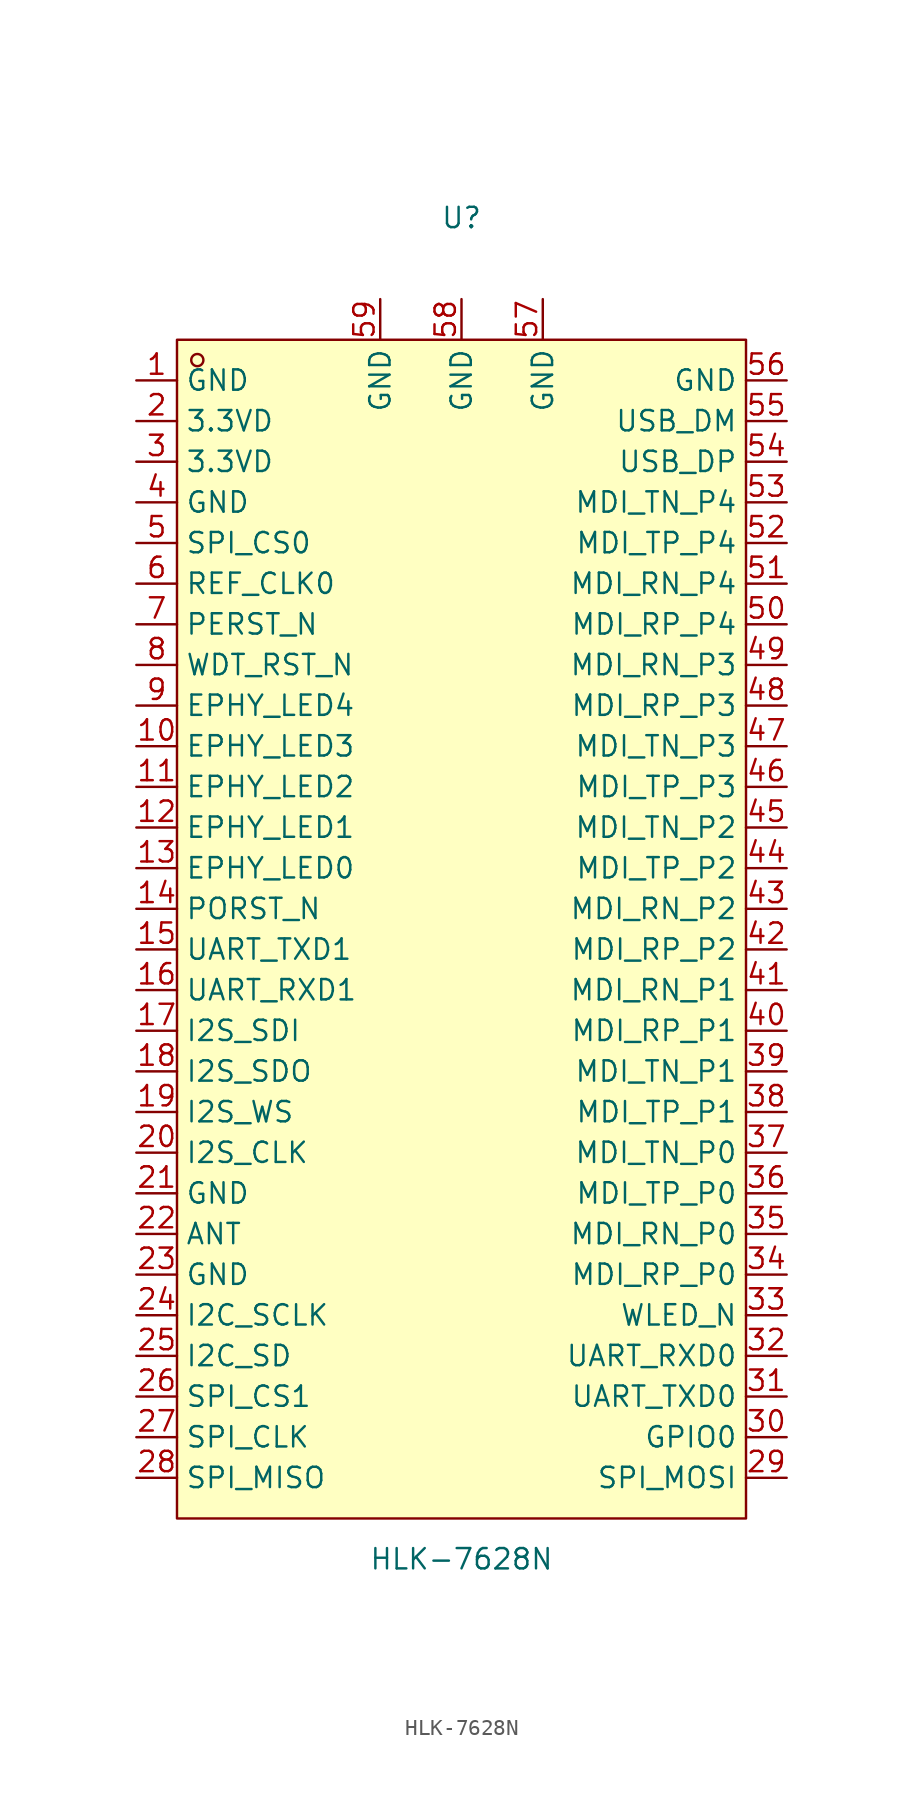
<source format=kicad_sym>
(kicad_symbol_lib
  (version 20211014)
  (generator https://github.com/uPesy/easyeda2kicad.py)
  (symbol "HLK-7628N"
    (property "Reference" "U"
      (at 0 44.45 0)
      (effects (font (size 1.27 1.27))))
    (property "Value" "HLK-7628N"
      (at 0 -39.37 0)
      (effects (font (size 1.27 1.27))))
    (symbol "HLK-7628N_0_1"
      (rectangle (start -17.78 36.83) (end 17.78 -36.83) (stroke (width 0) (type default) (color 0 0 0 0)) (fill (type background)))
      (circle (center -16.51 35.56) (radius 0.38) (stroke (width 0) (type default) (color 0 0 0 0)) (fill (type none)))
      (pin unspecified line (at -20.32 34.29 0) (length 2.54) (name "GND" (effects (font (size 1.27 1.27)))) (number "1" (effects (font (size 1.27 1.27)))))
      (pin unspecified line (at -20.32 31.75 0) (length 2.54) (name "3.3VD" (effects (font (size 1.27 1.27)))) (number "2" (effects (font (size 1.27 1.27)))))
      (pin unspecified line (at -20.32 29.21 0) (length 2.54) (name "3.3VD" (effects (font (size 1.27 1.27)))) (number "3" (effects (font (size 1.27 1.27)))))
      (pin unspecified line (at -20.32 26.67 0) (length 2.54) (name "GND" (effects (font (size 1.27 1.27)))) (number "4" (effects (font (size 1.27 1.27)))))
      (pin unspecified line (at -20.32 24.13 0) (length 2.54) (name "SPI_CS0" (effects (font (size 1.27 1.27)))) (number "5" (effects (font (size 1.27 1.27)))))
      (pin unspecified line (at -20.32 21.59 0) (length 2.54) (name "REF_CLK0" (effects (font (size 1.27 1.27)))) (number "6" (effects (font (size 1.27 1.27)))))
      (pin unspecified line (at -20.32 19.05 0) (length 2.54) (name "PERST_N" (effects (font (size 1.27 1.27)))) (number "7" (effects (font (size 1.27 1.27)))))
      (pin unspecified line (at -20.32 16.51 0) (length 2.54) (name "WDT_RST_N" (effects (font (size 1.27 1.27)))) (number "8" (effects (font (size 1.27 1.27)))))
      (pin unspecified line (at -20.32 13.97 0) (length 2.54) (name "EPHY_LED4" (effects (font (size 1.27 1.27)))) (number "9" (effects (font (size 1.27 1.27)))))
      (pin unspecified line (at -20.32 11.43 0) (length 2.54) (name "EPHY_LED3" (effects (font (size 1.27 1.27)))) (number "10" (effects (font (size 1.27 1.27)))))
      (pin unspecified line (at -20.32 8.89 0) (length 2.54) (name "EPHY_LED2" (effects (font (size 1.27 1.27)))) (number "11" (effects (font (size 1.27 1.27)))))
      (pin unspecified line (at -20.32 6.35 0) (length 2.54) (name "EPHY_LED1" (effects (font (size 1.27 1.27)))) (number "12" (effects (font (size 1.27 1.27)))))
      (pin unspecified line (at -20.32 3.81 0) (length 2.54) (name "EPHY_LED0" (effects (font (size 1.27 1.27)))) (number "13" (effects (font (size 1.27 1.27)))))
      (pin unspecified line (at -20.32 1.27 0) (length 2.54) (name "PORST_N" (effects (font (size 1.27 1.27)))) (number "14" (effects (font (size 1.27 1.27)))))
      (pin unspecified line (at -20.32 -1.27 0) (length 2.54) (name "UART_TXD1" (effects (font (size 1.27 1.27)))) (number "15" (effects (font (size 1.27 1.27)))))
      (pin unspecified line (at -20.32 -3.81 0) (length 2.54) (name "UART_RXD1" (effects (font (size 1.27 1.27)))) (number "16" (effects (font (size 1.27 1.27)))))
      (pin unspecified line (at -20.32 -6.35 0) (length 2.54) (name "I2S_SDI" (effects (font (size 1.27 1.27)))) (number "17" (effects (font (size 1.27 1.27)))))
      (pin unspecified line (at -20.32 -8.89 0) (length 2.54) (name "I2S_SDO" (effects (font (size 1.27 1.27)))) (number "18" (effects (font (size 1.27 1.27)))))
      (pin unspecified line (at -20.32 -11.43 0) (length 2.54) (name "I2S_WS" (effects (font (size 1.27 1.27)))) (number "19" (effects (font (size 1.27 1.27)))))
      (pin unspecified line (at -20.32 -13.97 0) (length 2.54) (name "I2S_CLK" (effects (font (size 1.27 1.27)))) (number "20" (effects (font (size 1.27 1.27)))))
      (pin unspecified line (at -20.32 -16.51 0) (length 2.54) (name "GND" (effects (font (size 1.27 1.27)))) (number "21" (effects (font (size 1.27 1.27)))))
      (pin unspecified line (at -20.32 -19.05 0) (length 2.54) (name "ANT" (effects (font (size 1.27 1.27)))) (number "22" (effects (font (size 1.27 1.27)))))
      (pin unspecified line (at -20.32 -21.59 0) (length 2.54) (name "GND" (effects (font (size 1.27 1.27)))) (number "23" (effects (font (size 1.27 1.27)))))
      (pin unspecified line (at -20.32 -24.13 0) (length 2.54) (name "I2C_SCLK" (effects (font (size 1.27 1.27)))) (number "24" (effects (font (size 1.27 1.27)))))
      (pin unspecified line (at -20.32 -26.67 0) (length 2.54) (name "I2C_SD" (effects (font (size 1.27 1.27)))) (number "25" (effects (font (size 1.27 1.27)))))
      (pin unspecified line (at -20.32 -29.21 0) (length 2.54) (name "SPI_CS1" (effects (font (size 1.27 1.27)))) (number "26" (effects (font (size 1.27 1.27)))))
      (pin unspecified line (at -20.32 -31.75 0) (length 2.54) (name "SPI_CLK" (effects (font (size 1.27 1.27)))) (number "27" (effects (font (size 1.27 1.27)))))
      (pin unspecified line (at -20.32 -34.29 0) (length 2.54) (name "SPI_MISO" (effects (font (size 1.27 1.27)))) (number "28" (effects (font (size 1.27 1.27)))))
      (pin unspecified line (at 20.32 -34.29 180) (length 2.54) (name "SPI_MOSI" (effects (font (size 1.27 1.27)))) (number "29" (effects (font (size 1.27 1.27)))))
      (pin unspecified line (at 20.32 -31.75 180) (length 2.54) (name "GPIO0" (effects (font (size 1.27 1.27)))) (number "30" (effects (font (size 1.27 1.27)))))
      (pin unspecified line (at 20.32 -29.21 180) (length 2.54) (name "UART_TXD0" (effects (font (size 1.27 1.27)))) (number "31" (effects (font (size 1.27 1.27)))))
      (pin unspecified line (at 20.32 -26.67 180) (length 2.54) (name "UART_RXD0" (effects (font (size 1.27 1.27)))) (number "32" (effects (font (size 1.27 1.27)))))
      (pin unspecified line (at 20.32 -24.13 180) (length 2.54) (name "WLED_N" (effects (font (size 1.27 1.27)))) (number "33" (effects (font (size 1.27 1.27)))))
      (pin unspecified line (at 20.32 -21.59 180) (length 2.54) (name "MDI_RP_P0" (effects (font (size 1.27 1.27)))) (number "34" (effects (font (size 1.27 1.27)))))
      (pin unspecified line (at 20.32 -19.05 180) (length 2.54) (name "MDI_RN_P0" (effects (font (size 1.27 1.27)))) (number "35" (effects (font (size 1.27 1.27)))))
      (pin unspecified line (at 20.32 -16.51 180) (length 2.54) (name "MDI_TP_P0" (effects (font (size 1.27 1.27)))) (number "36" (effects (font (size 1.27 1.27)))))
      (pin unspecified line (at 20.32 -13.97 180) (length 2.54) (name "MDI_TN_P0" (effects (font (size 1.27 1.27)))) (number "37" (effects (font (size 1.27 1.27)))))
      (pin unspecified line (at 20.32 -11.43 180) (length 2.54) (name "MDI_TP_P1" (effects (font (size 1.27 1.27)))) (number "38" (effects (font (size 1.27 1.27)))))
      (pin unspecified line (at 20.32 -8.89 180) (length 2.54) (name "MDI_TN_P1" (effects (font (size 1.27 1.27)))) (number "39" (effects (font (size 1.27 1.27)))))
      (pin unspecified line (at 20.32 -6.35 180) (length 2.54) (name "MDI_RP_P1" (effects (font (size 1.27 1.27)))) (number "40" (effects (font (size 1.27 1.27)))))
      (pin unspecified line (at 20.32 -3.81 180) (length 2.54) (name "MDI_RN_P1" (effects (font (size 1.27 1.27)))) (number "41" (effects (font (size 1.27 1.27)))))
      (pin unspecified line (at 20.32 -1.27 180) (length 2.54) (name "MDI_RP_P2" (effects (font (size 1.27 1.27)))) (number "42" (effects (font (size 1.27 1.27)))))
      (pin unspecified line (at 20.32 1.27 180) (length 2.54) (name "MDI_RN_P2" (effects (font (size 1.27 1.27)))) (number "43" (effects (font (size 1.27 1.27)))))
      (pin unspecified line (at 20.32 3.81 180) (length 2.54) (name "MDI_TP_P2" (effects (font (size 1.27 1.27)))) (number "44" (effects (font (size 1.27 1.27)))))
      (pin unspecified line (at 20.32 6.35 180) (length 2.54) (name "MDI_TN_P2" (effects (font (size 1.27 1.27)))) (number "45" (effects (font (size 1.27 1.27)))))
      (pin unspecified line (at 20.32 8.89 180) (length 2.54) (name "MDI_TP_P3" (effects (font (size 1.27 1.27)))) (number "46" (effects (font (size 1.27 1.27)))))
      (pin unspecified line (at 20.32 11.43 180) (length 2.54) (name "MDI_TN_P3" (effects (font (size 1.27 1.27)))) (number "47" (effects (font (size 1.27 1.27)))))
      (pin unspecified line (at 20.32 13.97 180) (length 2.54) (name "MDI_RP_P3" (effects (font (size 1.27 1.27)))) (number "48" (effects (font (size 1.27 1.27)))))
      (pin unspecified line (at 20.32 16.51 180) (length 2.54) (name "MDI_RN_P3" (effects (font (size 1.27 1.27)))) (number "49" (effects (font (size 1.27 1.27)))))
      (pin unspecified line (at 20.32 19.05 180) (length 2.54) (name "MDI_RP_P4" (effects (font (size 1.27 1.27)))) (number "50" (effects (font (size 1.27 1.27)))))
      (pin unspecified line (at 20.32 21.59 180) (length 2.54) (name "MDI_RN_P4" (effects (font (size 1.27 1.27)))) (number "51" (effects (font (size 1.27 1.27)))))
      (pin unspecified line (at 20.32 24.13 180) (length 2.54) (name "MDI_TP_P4" (effects (font (size 1.27 1.27)))) (number "52" (effects (font (size 1.27 1.27)))))
      (pin unspecified line (at 20.32 26.67 180) (length 2.54) (name "MDI_TN_P4" (effects (font (size 1.27 1.27)))) (number "53" (effects (font (size 1.27 1.27)))))
      (pin unspecified line (at 20.32 29.21 180) (length 2.54) (name "USB_DP" (effects (font (size 1.27 1.27)))) (number "54" (effects (font (size 1.27 1.27)))))
      (pin unspecified line (at 20.32 31.75 180) (length 2.54) (name "USB_DM" (effects (font (size 1.27 1.27)))) (number "55" (effects (font (size 1.27 1.27)))))
      (pin unspecified line (at 20.32 34.29 180) (length 2.54) (name "GND" (effects (font (size 1.27 1.27)))) (number "56" (effects (font (size 1.27 1.27)))))
      (pin unspecified line (at 5.08 39.37 270) (length 2.54) (name "GND" (effects (font (size 1.27 1.27)))) (number "57" (effects (font (size 1.27 1.27)))))
      (pin unspecified line (at 0.00 39.37 270) (length 2.54) (name "GND" (effects (font (size 1.27 1.27)))) (number "58" (effects (font (size 1.27 1.27)))))
      (pin unspecified line (at -5.08 39.37 270) (length 2.54) (name "GND" (effects (font (size 1.27 1.27)))) (number "59" (effects (font (size 1.27 1.27))))))))
</source>
